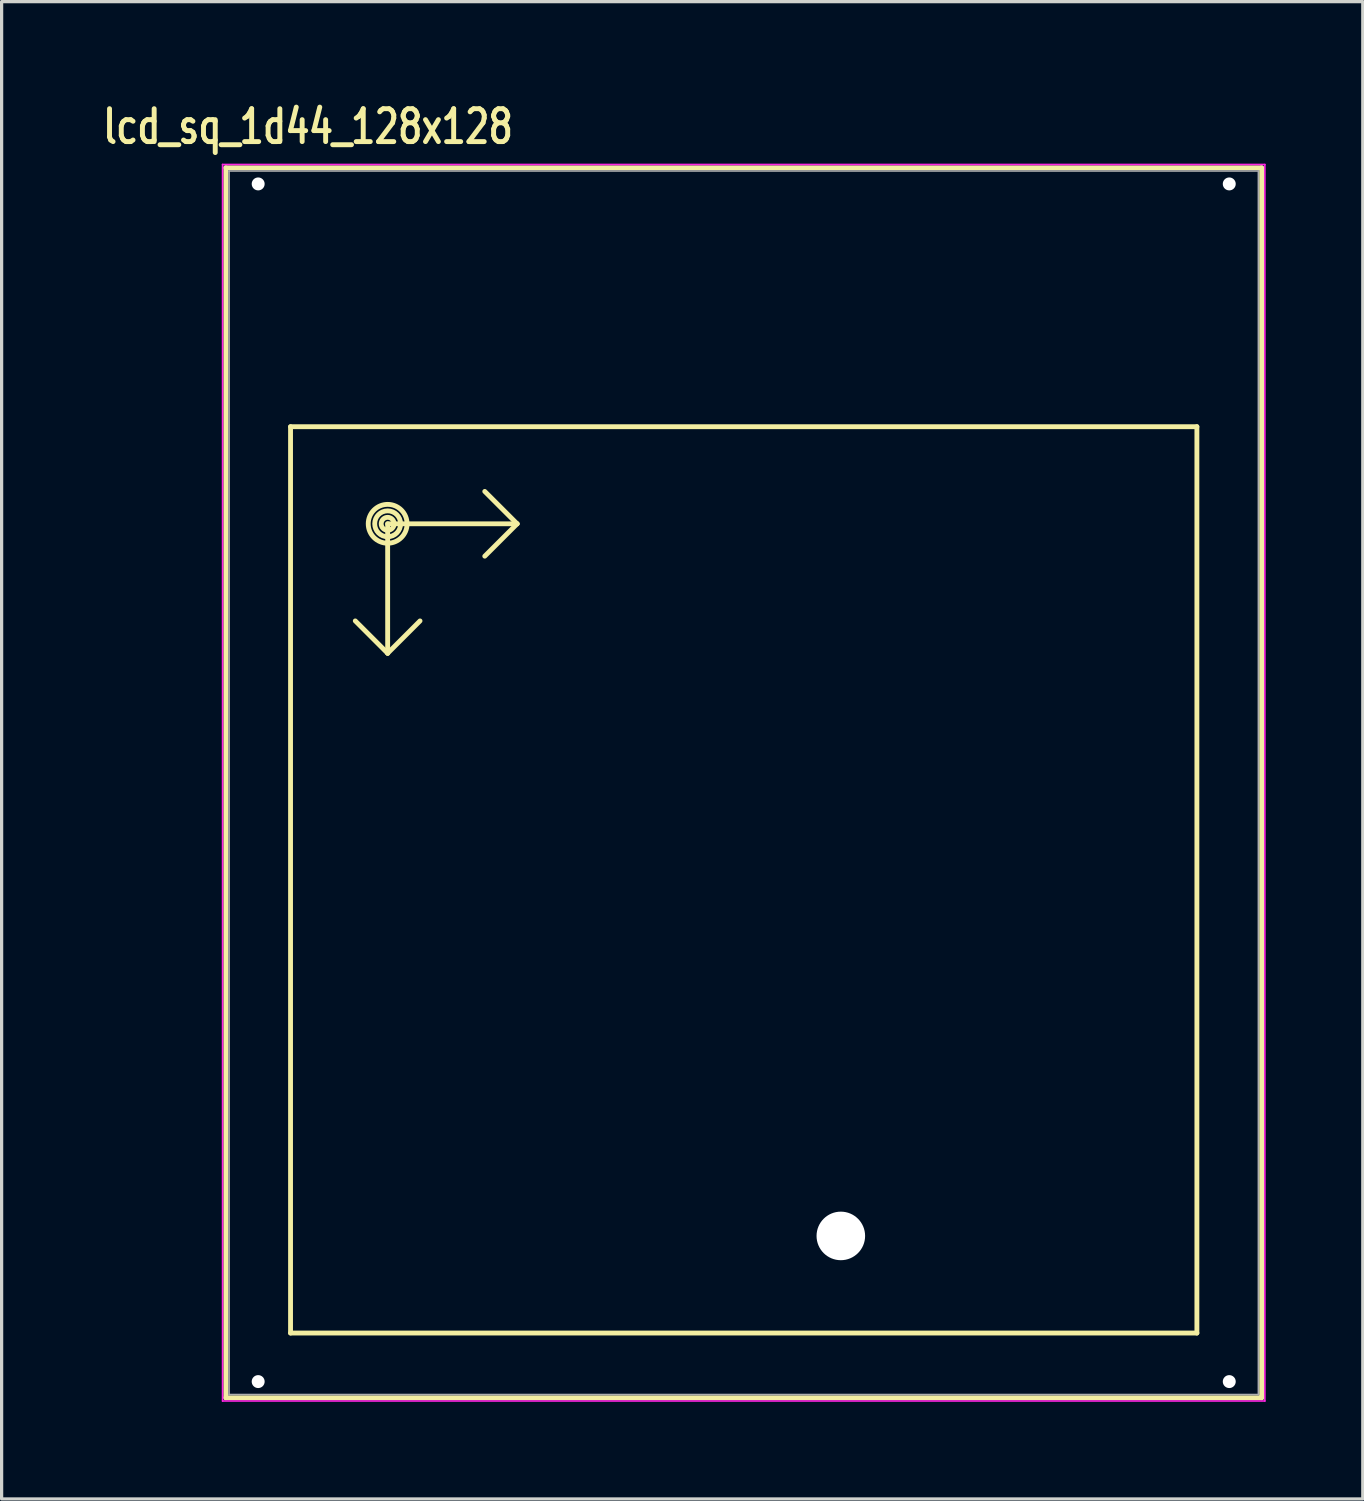
<source format=kicad_pcb>
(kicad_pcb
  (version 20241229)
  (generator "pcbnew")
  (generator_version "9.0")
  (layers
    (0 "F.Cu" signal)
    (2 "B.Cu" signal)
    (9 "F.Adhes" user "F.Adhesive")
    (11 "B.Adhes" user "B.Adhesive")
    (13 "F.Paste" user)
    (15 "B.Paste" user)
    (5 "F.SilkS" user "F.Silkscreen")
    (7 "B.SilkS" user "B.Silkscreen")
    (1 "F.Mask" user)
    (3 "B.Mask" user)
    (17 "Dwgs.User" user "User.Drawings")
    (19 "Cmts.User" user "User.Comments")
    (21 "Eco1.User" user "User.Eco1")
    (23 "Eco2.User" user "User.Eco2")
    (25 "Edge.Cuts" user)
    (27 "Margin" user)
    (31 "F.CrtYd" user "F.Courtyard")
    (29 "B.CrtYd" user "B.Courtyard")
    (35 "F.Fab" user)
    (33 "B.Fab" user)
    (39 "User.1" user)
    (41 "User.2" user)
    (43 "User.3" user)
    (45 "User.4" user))
  (footprint "lcd_sq_1d44_128x128"
    (layer "F.Cu")
    (at 3.926 2.132)
    (property "Reference" "lcd_sq_1d44_128x128" (at 2.54 -1.27 0) (layer "F.SilkS") (effects (font (size 1.016 0.762) (thickness 0.152))))
    (attr through_hole)
    (fp_line (start 0 0) (end 32 0) (stroke (width 0.15) (type solid)) (layer "F.SilkS"))
    (fp_line (start 0 38) (end 0 0) (stroke (width 0.15) (type solid)) (layer "F.SilkS"))
    (fp_line (start 2 8) (end 2 36) (stroke (width 0.15) (type solid)) (layer "F.SilkS"))
    (fp_line (start 2 36) (end 30 36) (stroke (width 0.15) (type solid)) (layer "F.SilkS"))
    (fp_line (start 5 11) (end 5 15) (stroke (width 0.15) (type solid)) (layer "F.SilkS"))
    (fp_line (start 5 11) (end 9 11) (stroke (width 0.15) (type solid)) (layer "F.SilkS"))
    (fp_line (start 5 15) (end 4 14) (stroke (width 0.15) (type solid)) (layer "F.SilkS"))
    (fp_line (start 6 14) (end 5 15) (stroke (width 0.15) (type solid)) (layer "F.SilkS"))
    (fp_line (start 8 10) (end 9 11) (stroke (width 0.15) (type solid)) (layer "F.SilkS"))
    (fp_line (start 9 11) (end 8 12) (stroke (width 0.15) (type solid)) (layer "F.SilkS"))
    (fp_line (start 30 8) (end 2 8) (stroke (width 0.15) (type solid)) (layer "F.SilkS"))
    (fp_line (start 30 36) (end 30 8) (stroke (width 0.15) (type solid)) (layer "F.SilkS"))
    (fp_line (start 32 0) (end 32 38) (stroke (width 0.15) (type solid)) (layer "F.SilkS"))
    (fp_line (start 32 38) (end 0 38) (stroke (width 0.15) (type solid)) (layer "F.SilkS"))
    (fp_circle (center 5 11) (end 5.2 11) (stroke (width 0.15) (type solid)) (fill no) (layer "F.SilkS"))
    (fp_circle (center 5 11) (end 5.4 11) (stroke (width 0.15) (type solid)) (fill no) (layer "F.SilkS"))
    (fp_circle (center 5 11) (end 5.6 11) (stroke (width 0.15) (type solid)) (fill no) (layer "F.SilkS"))
    (fp_line (start -0.1 -0.1) (end -0.1 38.1) (stroke (width 0.05) (type solid)) (layer "F.CrtYd"))
    (fp_line (start -0.1 38.1) (end 32.1 38.1) (stroke (width 0.05) (type solid)) (layer "F.CrtYd"))
    (fp_line (start 32.1 -0.1) (end -0.1 -0.1) (stroke (width 0.05) (type solid)) (layer "F.CrtYd"))
    (fp_line (start 32.1 38.1) (end 32.1 -0.1) (stroke (width 0.05) (type solid)) (layer "F.CrtYd"))
    (fp_line (start 0.1 0.1) (end 31.9 0.1) (stroke (width 0.05) (type solid)) (layer "F.Fab"))
    (fp_line (start 0.1 37.9) (end 0.1 0.1) (stroke (width 0.05) (type solid)) (layer "F.Fab"))
    (fp_line (start 31.9 0.1) (end 31.9 37.9) (stroke (width 0.05) (type solid)) (layer "F.Fab"))
    (fp_line (start 31.9 37.9) (end 0.1 37.9) (stroke (width 0.05) (type solid)) (layer "F.Fab"))
    (pad "" np_thru_hole circle (at 1 0.5) (size 0.4 0.4) (drill 0.4) (layers "*.Cu" "*.Mask"))
    (pad "" np_thru_hole circle (at 1 37.5) (size 0.4 0.4) (drill 0.4) (layers "*.Cu" "*.Mask"))
    (pad "" np_thru_hole circle (at 19 33) (size 1.5 1.5) (drill 1.5) (layers "*.Cu" "*.Mask"))
    (pad "" np_thru_hole circle (at 31 0.5) (size 0.4 0.4) (drill 0.4) (layers "*.Cu" "*.Mask"))
    (pad "" np_thru_hole circle (at 31 37.5) (size 0.4 0.4) (drill 0.4) (layers "*.Cu" "*.Mask")))
  (gr_rect
    (start -3 -3)
    (end 39.051 43.257)
    (stroke (width 0.1) (type default))
    (fill no)
    (layer "Edge.Cuts")))
</source>
